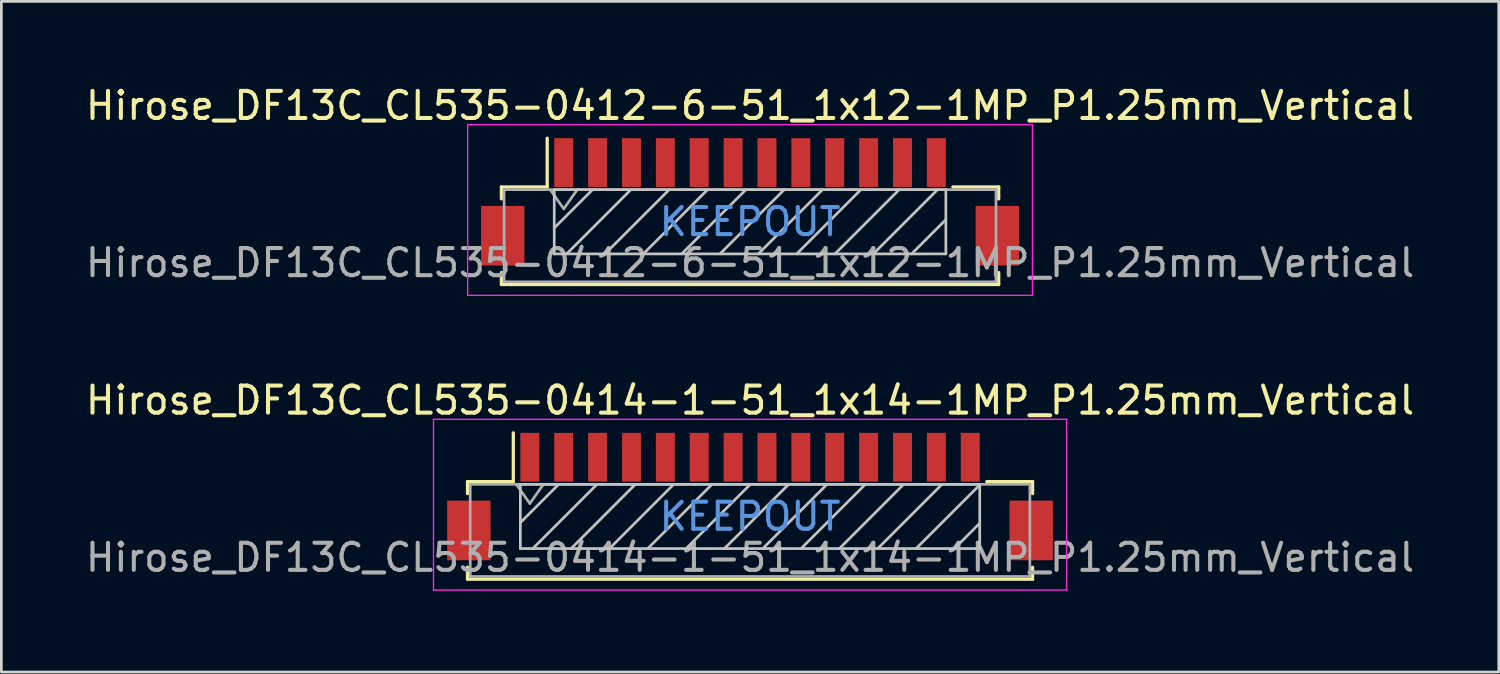
<source format=kicad_pcb>
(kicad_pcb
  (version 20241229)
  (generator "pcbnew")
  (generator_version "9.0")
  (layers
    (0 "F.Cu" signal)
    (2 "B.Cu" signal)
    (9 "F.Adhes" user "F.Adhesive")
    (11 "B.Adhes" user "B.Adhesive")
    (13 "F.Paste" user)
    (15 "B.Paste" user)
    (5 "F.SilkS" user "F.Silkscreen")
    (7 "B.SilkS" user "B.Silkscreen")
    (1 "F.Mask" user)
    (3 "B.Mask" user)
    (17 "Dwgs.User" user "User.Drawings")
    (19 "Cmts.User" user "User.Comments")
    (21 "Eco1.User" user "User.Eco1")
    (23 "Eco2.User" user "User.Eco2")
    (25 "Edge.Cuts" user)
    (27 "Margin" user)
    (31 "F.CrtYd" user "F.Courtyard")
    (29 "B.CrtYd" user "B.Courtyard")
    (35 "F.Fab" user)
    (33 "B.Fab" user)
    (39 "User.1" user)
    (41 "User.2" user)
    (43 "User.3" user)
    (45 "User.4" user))
  (footprint "Hirose_DF13C_CL535-0412-6-51_1x12-1MP_P1.25mm_Vertical"
    (layer "F.Cu")
    (at 24.625 4.398)
    (property "Reference" "Hirose_DF13C_CL535-0412-6-51_1x12-1MP_P1.25mm_Vertical" (at 0 -3.55 0) (layer "F.SilkS") (effects (font (size 1 1) (thickness 0.15))))
    (attr smd)
    (fp_line (start -9.175 -0.55) (end -9.175 -0.11) (stroke (width 0.12) (type solid)) (layer "F.SilkS"))
    (fp_line (start -9.175 2.61) (end -9.175 3.05) (stroke (width 0.12) (type solid)) (layer "F.SilkS"))
    (fp_line (start -9.175 3.05) (end 9.175 3.05) (stroke (width 0.12) (type solid)) (layer "F.SilkS"))
    (fp_line (start -7.485 -0.55) (end -9.175 -0.55) (stroke (width 0.12) (type solid)) (layer "F.SilkS"))
    (fp_line (start -7.485 -0.55) (end -7.485 -2.35) (stroke (width 0.12) (type solid)) (layer "F.SilkS"))
    (fp_line (start 7.485 -0.55) (end 9.175 -0.55) (stroke (width 0.12) (type solid)) (layer "F.SilkS"))
    (fp_line (start 9.175 -0.55) (end 9.175 -0.11) (stroke (width 0.12) (type solid)) (layer "F.SilkS"))
    (fp_line (start 9.175 3.05) (end 9.175 2.61) (stroke (width 0.12) (type solid)) (layer "F.SilkS"))
    (fp_line (start -7.225 -0.45) (end -7.225 1.92) (stroke (width 0.1) (type solid)) (layer "Dwgs.User"))
    (fp_line (start -7.225 1.92) (end 7.225 1.92) (stroke (width 0.1) (type solid)) (layer "Dwgs.User"))
    (fp_line (start -5.811 -0.45) (end -7.225 0.964) (stroke (width 0.1) (type solid)) (layer "Dwgs.User"))
    (fp_line (start -4.397 -0.45) (end -6.767 1.92) (stroke (width 0.1) (type solid)) (layer "Dwgs.User"))
    (fp_line (start -2.982 -0.45) (end -5.352 1.92) (stroke (width 0.1) (type solid)) (layer "Dwgs.User"))
    (fp_line (start -1.568 -0.45) (end -3.938 1.92) (stroke (width 0.1) (type solid)) (layer "Dwgs.User"))
    (fp_line (start -0.154 -0.45) (end -2.524 1.92) (stroke (width 0.1) (type solid)) (layer "Dwgs.User"))
    (fp_line (start 1.26 -0.45) (end -1.11 1.92) (stroke (width 0.1) (type solid)) (layer "Dwgs.User"))
    (fp_line (start 2.674 -0.45) (end 0.304 1.92) (stroke (width 0.1) (type solid)) (layer "Dwgs.User"))
    (fp_line (start 4.089 -0.45) (end 1.719 1.92) (stroke (width 0.1) (type solid)) (layer "Dwgs.User"))
    (fp_line (start 5.503 -0.45) (end 3.133 1.92) (stroke (width 0.1) (type solid)) (layer "Dwgs.User"))
    (fp_line (start 6.917 -0.45) (end 4.547 1.92) (stroke (width 0.1) (type solid)) (layer "Dwgs.User"))
    (fp_line (start 7.225 -0.45) (end -7.225 -0.45) (stroke (width 0.1) (type solid)) (layer "Dwgs.User"))
    (fp_line (start 7.225 0.656) (end 5.961 1.92) (stroke (width 0.1) (type solid)) (layer "Dwgs.User"))
    (fp_line (start 7.225 1.92) (end 7.225 -0.45) (stroke (width 0.1) (type solid)) (layer "Dwgs.User"))
    (fp_line (start -10.42 -2.85) (end -10.42 3.45) (stroke (width 0.05) (type solid)) (layer "F.CrtYd"))
    (fp_line (start -10.42 3.45) (end 10.42 3.45) (stroke (width 0.05) (type solid)) (layer "F.CrtYd"))
    (fp_line (start 10.42 -2.85) (end -10.42 -2.85) (stroke (width 0.05) (type solid)) (layer "F.CrtYd"))
    (fp_line (start 10.42 3.45) (end 10.42 -2.85) (stroke (width 0.05) (type solid)) (layer "F.CrtYd"))
    (fp_line (start -9.075 -0.45) (end -9.075 2.95) (stroke (width 0.1) (type solid)) (layer "F.Fab"))
    (fp_line (start -9.075 2.95) (end 9.075 2.95) (stroke (width 0.1) (type solid)) (layer "F.Fab"))
    (fp_line (start -7.375 -0.45) (end -6.875 0.257) (stroke (width 0.1) (type solid)) (layer "F.Fab"))
    (fp_line (start -6.875 0.257) (end -6.375 -0.45) (stroke (width 0.1) (type solid)) (layer "F.Fab"))
    (fp_line (start 9.075 -0.45) (end -9.075 -0.45) (stroke (width 0.1) (type solid)) (layer "F.Fab"))
    (fp_line (start 9.075 2.95) (end 9.075 -0.45) (stroke (width 0.1) (type solid)) (layer "F.Fab"))
    (fp_text user "KEEPOUT" (at 0 0.735 0) (layer "Cmts.User") (effects (font (size 1 1) (thickness 0.15))))
    (fp_text user "${REFERENCE}" (at 0 2.25 0) (layer "F.Fab") (effects (font (size 1 1) (thickness 0.15))))
    (pad "1" smd rect (at -6.875 -1.45) (size 0.7 1.8) (layers "F.Cu" "F.Mask" "F.Paste"))
    (pad "2" smd rect (at -5.625 -1.45) (size 0.7 1.8) (layers "F.Cu" "F.Mask" "F.Paste"))
    (pad "3" smd rect (at -4.375 -1.45) (size 0.7 1.8) (layers "F.Cu" "F.Mask" "F.Paste"))
    (pad "4" smd rect (at -3.125 -1.45) (size 0.7 1.8) (layers "F.Cu" "F.Mask" "F.Paste"))
    (pad "5" smd rect (at -1.875 -1.45) (size 0.7 1.8) (layers "F.Cu" "F.Mask" "F.Paste"))
    (pad "6" smd rect (at -0.625 -1.45) (size 0.7 1.8) (layers "F.Cu" "F.Mask" "F.Paste"))
    (pad "7" smd rect (at 0.625 -1.45) (size 0.7 1.8) (layers "F.Cu" "F.Mask" "F.Paste"))
    (pad "8" smd rect (at 1.875 -1.45) (size 0.7 1.8) (layers "F.Cu" "F.Mask" "F.Paste"))
    (pad "9" smd rect (at 3.125 -1.45) (size 0.7 1.8) (layers "F.Cu" "F.Mask" "F.Paste"))
    (pad "10" smd rect (at 4.375 -1.45) (size 0.7 1.8) (layers "F.Cu" "F.Mask" "F.Paste"))
    (pad "11" smd rect (at 5.625 -1.45) (size 0.7 1.8) (layers "F.Cu" "F.Mask" "F.Paste"))
    (pad "12" smd rect (at 6.875 -1.45) (size 0.7 1.8) (layers "F.Cu" "F.Mask" "F.Paste"))
    (pad "MP" smd rect (at -9.125 1.25) (size 1.6 2.2) (layers "F.Cu" "F.Mask" "F.Paste"))
    (pad "MP" smd rect (at 9.125 1.25) (size 1.6 2.2) (layers "F.Cu" "F.Mask" "F.Paste")))
  (footprint "Hirose_DF13C_CL535-0414-1-51_1x14-1MP_P1.25mm_Vertical"
    (layer "F.Cu")
    (at 24.625 15.271)
    (property "Reference" "Hirose_DF13C_CL535-0414-1-51_1x14-1MP_P1.25mm_Vertical" (at 0 -3.55 0) (layer "F.SilkS") (effects (font (size 1 1) (thickness 0.15))))
    (attr smd)
    (fp_line (start -10.425 -0.55) (end -10.425 -0.11) (stroke (width 0.12) (type solid)) (layer "F.SilkS"))
    (fp_line (start -10.425 2.61) (end -10.425 3.05) (stroke (width 0.12) (type solid)) (layer "F.SilkS"))
    (fp_line (start -10.425 3.05) (end 10.425 3.05) (stroke (width 0.12) (type solid)) (layer "F.SilkS"))
    (fp_line (start -8.735 -0.55) (end -10.425 -0.55) (stroke (width 0.12) (type solid)) (layer "F.SilkS"))
    (fp_line (start -8.735 -0.55) (end -8.735 -2.35) (stroke (width 0.12) (type solid)) (layer "F.SilkS"))
    (fp_line (start 8.735 -0.55) (end 10.425 -0.55) (stroke (width 0.12) (type solid)) (layer "F.SilkS"))
    (fp_line (start 10.425 -0.55) (end 10.425 -0.11) (stroke (width 0.12) (type solid)) (layer "F.SilkS"))
    (fp_line (start 10.425 3.05) (end 10.425 2.61) (stroke (width 0.12) (type solid)) (layer "F.SilkS"))
    (fp_line (start -8.475 -0.45) (end -8.475 1.92) (stroke (width 0.1) (type solid)) (layer "Dwgs.User"))
    (fp_line (start -8.475 1.92) (end 8.475 1.92) (stroke (width 0.1) (type solid)) (layer "Dwgs.User"))
    (fp_line (start -7.061 -0.45) (end -8.475 0.964) (stroke (width 0.1) (type solid)) (layer "Dwgs.User"))
    (fp_line (start -5.647 -0.45) (end -8.017 1.92) (stroke (width 0.1) (type solid)) (layer "Dwgs.User"))
    (fp_line (start -4.232 -0.45) (end -6.602 1.92) (stroke (width 0.1) (type solid)) (layer "Dwgs.User"))
    (fp_line (start -2.818 -0.45) (end -5.188 1.92) (stroke (width 0.1) (type solid)) (layer "Dwgs.User"))
    (fp_line (start -1.404 -0.45) (end -3.774 1.92) (stroke (width 0.1) (type solid)) (layer "Dwgs.User"))
    (fp_line (start 0.01 -0.45) (end -2.36 1.92) (stroke (width 0.1) (type solid)) (layer "Dwgs.User"))
    (fp_line (start 1.424 -0.45) (end -0.946 1.92) (stroke (width 0.1) (type solid)) (layer "Dwgs.User"))
    (fp_line (start 2.839 -0.45) (end 0.469 1.92) (stroke (width 0.1) (type solid)) (layer "Dwgs.User"))
    (fp_line (start 4.253 -0.45) (end 1.883 1.92) (stroke (width 0.1) (type solid)) (layer "Dwgs.User"))
    (fp_line (start 5.667 -0.45) (end 3.297 1.92) (stroke (width 0.1) (type solid)) (layer "Dwgs.User"))
    (fp_line (start 7.081 -0.45) (end 4.711 1.92) (stroke (width 0.1) (type solid)) (layer "Dwgs.User"))
    (fp_line (start 8.475 -0.45) (end -8.475 -0.45) (stroke (width 0.1) (type solid)) (layer "Dwgs.User"))
    (fp_line (start 8.475 -0.429) (end 6.126 1.92) (stroke (width 0.1) (type solid)) (layer "Dwgs.User"))
    (fp_line (start 8.475 0.985) (end 7.54 1.92) (stroke (width 0.1) (type solid)) (layer "Dwgs.User"))
    (fp_line (start 8.475 1.92) (end 8.475 -0.45) (stroke (width 0.1) (type solid)) (layer "Dwgs.User"))
    (fp_line (start -11.68 -2.85) (end -11.68 3.45) (stroke (width 0.05) (type solid)) (layer "F.CrtYd"))
    (fp_line (start -11.68 3.45) (end 11.68 3.45) (stroke (width 0.05) (type solid)) (layer "F.CrtYd"))
    (fp_line (start 11.68 -2.85) (end -11.68 -2.85) (stroke (width 0.05) (type solid)) (layer "F.CrtYd"))
    (fp_line (start 11.68 3.45) (end 11.68 -2.85) (stroke (width 0.05) (type solid)) (layer "F.CrtYd"))
    (fp_line (start -10.325 -0.45) (end -10.325 2.95) (stroke (width 0.1) (type solid)) (layer "F.Fab"))
    (fp_line (start -10.325 2.95) (end 10.325 2.95) (stroke (width 0.1) (type solid)) (layer "F.Fab"))
    (fp_line (start -8.625 -0.45) (end -8.125 0.257) (stroke (width 0.1) (type solid)) (layer "F.Fab"))
    (fp_line (start -8.125 0.257) (end -7.625 -0.45) (stroke (width 0.1) (type solid)) (layer "F.Fab"))
    (fp_line (start 10.325 -0.45) (end -10.325 -0.45) (stroke (width 0.1) (type solid)) (layer "F.Fab"))
    (fp_line (start 10.325 2.95) (end 10.325 -0.45) (stroke (width 0.1) (type solid)) (layer "F.Fab"))
    (fp_text user "KEEPOUT" (at 0 0.735 0) (layer "Cmts.User") (effects (font (size 1 1) (thickness 0.15))))
    (fp_text user "${REFERENCE}" (at 0 2.25 0) (layer "F.Fab") (effects (font (size 1 1) (thickness 0.15))))
    (pad "1" smd rect (at -8.125 -1.45) (size 0.7 1.8) (layers "F.Cu" "F.Mask" "F.Paste"))
    (pad "2" smd rect (at -6.875 -1.45) (size 0.7 1.8) (layers "F.Cu" "F.Mask" "F.Paste"))
    (pad "3" smd rect (at -5.625 -1.45) (size 0.7 1.8) (layers "F.Cu" "F.Mask" "F.Paste"))
    (pad "4" smd rect (at -4.375 -1.45) (size 0.7 1.8) (layers "F.Cu" "F.Mask" "F.Paste"))
    (pad "5" smd rect (at -3.125 -1.45) (size 0.7 1.8) (layers "F.Cu" "F.Mask" "F.Paste"))
    (pad "6" smd rect (at -1.875 -1.45) (size 0.7 1.8) (layers "F.Cu" "F.Mask" "F.Paste"))
    (pad "7" smd rect (at -0.625 -1.45) (size 0.7 1.8) (layers "F.Cu" "F.Mask" "F.Paste"))
    (pad "8" smd rect (at 0.625 -1.45) (size 0.7 1.8) (layers "F.Cu" "F.Mask" "F.Paste"))
    (pad "9" smd rect (at 1.875 -1.45) (size 0.7 1.8) (layers "F.Cu" "F.Mask" "F.Paste"))
    (pad "10" smd rect (at 3.125 -1.45) (size 0.7 1.8) (layers "F.Cu" "F.Mask" "F.Paste"))
    (pad "11" smd rect (at 4.375 -1.45) (size 0.7 1.8) (layers "F.Cu" "F.Mask" "F.Paste"))
    (pad "12" smd rect (at 5.625 -1.45) (size 0.7 1.8) (layers "F.Cu" "F.Mask" "F.Paste"))
    (pad "13" smd rect (at 6.875 -1.45) (size 0.7 1.8) (layers "F.Cu" "F.Mask" "F.Paste"))
    (pad "14" smd rect (at 8.125 -1.45) (size 0.7 1.8) (layers "F.Cu" "F.Mask" "F.Paste"))
    (pad "MP" smd rect (at -10.375 1.25) (size 1.6 2.2) (layers "F.Cu" "F.Mask" "F.Paste"))
    (pad "MP" smd rect (at 10.375 1.25) (size 1.6 2.2) (layers "F.Cu" "F.Mask" "F.Paste")))
  (gr_rect
    (start -3 -3)
    (end 52.25 21.747)
    (stroke (width 0.1) (type default))
    (fill no)
    (layer "Edge.Cuts")))
</source>
